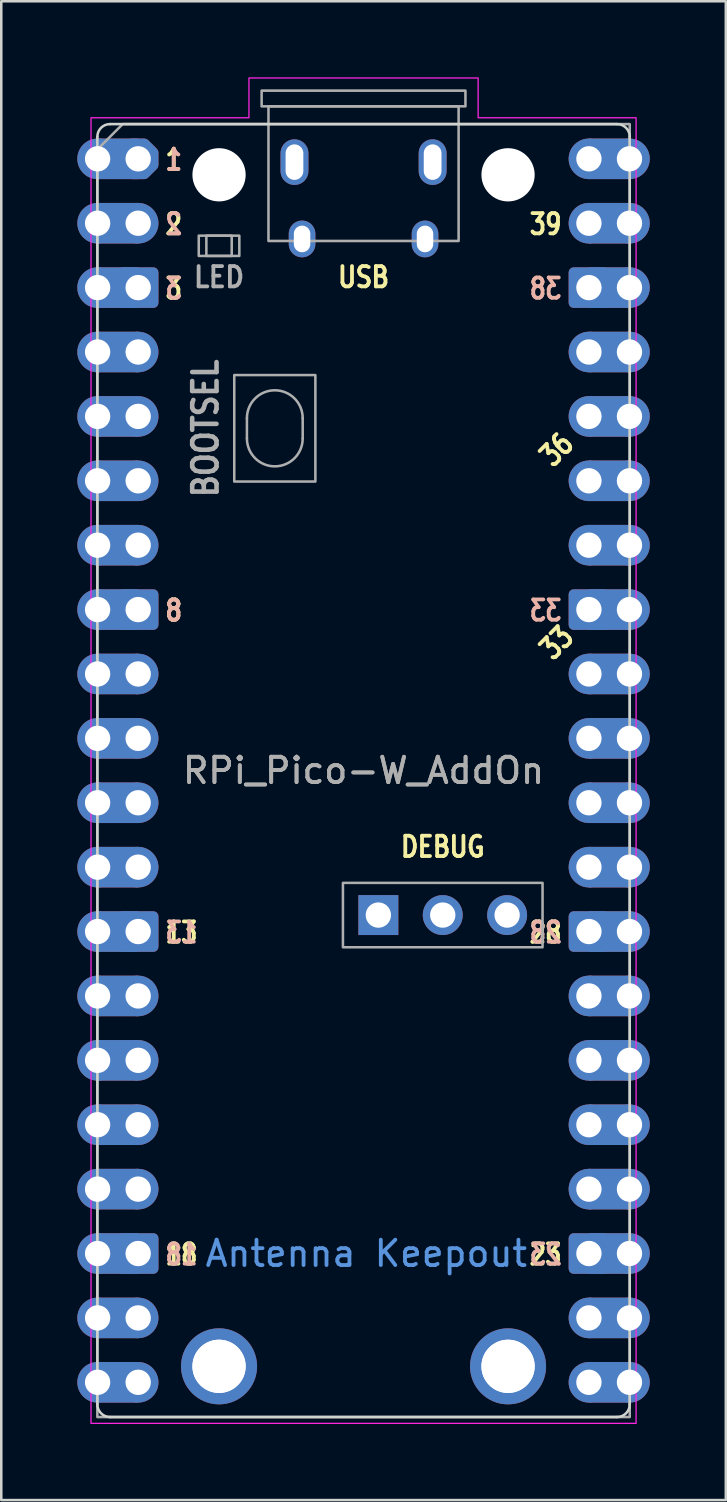
<source format=kicad_pcb>
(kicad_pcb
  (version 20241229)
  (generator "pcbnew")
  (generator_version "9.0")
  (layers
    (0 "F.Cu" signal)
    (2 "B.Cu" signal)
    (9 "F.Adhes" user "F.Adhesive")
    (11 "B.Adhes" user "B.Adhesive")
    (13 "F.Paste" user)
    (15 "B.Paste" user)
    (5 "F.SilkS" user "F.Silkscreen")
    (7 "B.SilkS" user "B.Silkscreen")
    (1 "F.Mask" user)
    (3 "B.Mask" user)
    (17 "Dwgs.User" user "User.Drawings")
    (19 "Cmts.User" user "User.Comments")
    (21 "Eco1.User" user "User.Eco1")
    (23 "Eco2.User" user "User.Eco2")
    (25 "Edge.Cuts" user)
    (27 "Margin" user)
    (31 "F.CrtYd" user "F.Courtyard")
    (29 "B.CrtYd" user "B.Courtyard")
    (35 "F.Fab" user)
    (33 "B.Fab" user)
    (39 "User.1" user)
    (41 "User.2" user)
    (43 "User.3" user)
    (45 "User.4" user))
  (footprint "RPi_Pico-W_AddOn"
    (layer "F.Cu")
    (at 2.4 3.215)
    (property "Reference" "RPi_Pico-W_AddOn" (at 8.89 24.13 0) (layer "F.Fab") (effects (font (size 1 1) (thickness 0.15))))
    (attr through_hole)
    (fp_line (start -1.61 -0.87) (end -1.61 49.13) (stroke (width 0.1) (type solid)) (layer "Edge.Cuts"))
    (fp_line (start -1.11 49.63) (end 18.89 49.63) (stroke (width 0.1) (type solid)) (layer "Edge.Cuts"))
    (fp_line (start 18.89 -1.37) (end -1.11 -1.37) (stroke (width 0.1) (type solid)) (layer "Edge.Cuts"))
    (fp_line (start 19.39 49.13) (end 19.39 -0.87) (stroke (width 0.1) (type solid)) (layer "Edge.Cuts"))
    (fp_arc (start -1.61 -0.87) (mid -1.463553 -1.223553) (end -1.11 -1.37) (stroke (width 0.1) (type solid)) (layer "Edge.Cuts"))
    (fp_arc (start -1.11 49.63) (mid -1.463553 49.483554) (end -1.61 49.13) (stroke (width 0.1) (type solid)) (layer "Edge.Cuts"))
    (fp_arc (start 18.89 -1.37) (mid 19.243553 -1.223553) (end 19.39 -0.87) (stroke (width 0.1) (type solid)) (layer "Edge.Cuts"))
    (fp_arc (start 19.39 49.13) (mid 19.243553 49.483553) (end 18.89 49.63) (stroke (width 0.1) (type solid)) (layer "Edge.Cuts"))
    (fp_poly (pts (xy 13.41 -1.62) (xy 19.64 -1.62) (xy 19.64 49.88) (xy -1.86 49.88) (xy -1.86 -1.62) (xy 4.37 -1.62) (xy 4.37 -3.19) (xy 13.41 -3.19)) (stroke (width 0.05) (type solid)) (fill no) (layer "F.CrtYd"))
    (fp_line (start 4.29 10.23) (end 4.29 11.03) (stroke (width 0.1) (type solid)) (layer "F.Fab"))
    (fp_line (start 6.49 10.23) (end 6.49 11.03) (stroke (width 0.1) (type solid)) (layer "F.Fab"))
    (fp_rect (start 2.39 3.03) (end 3.99 3.83) (stroke (width 0.1) (type solid)) (fill no) (layer "F.Fab"))
    (fp_rect (start 2.69 3.03) (end 3.69 3.83) (stroke (width 0.1) (type solid)) (fill no) (layer "F.Fab"))
    (fp_rect (start 3.79 8.53) (end 6.99 12.73) (stroke (width 0.1) (type solid)) (fill no) (layer "F.Fab"))
    (fp_rect (start 4.87 -2.69) (end 12.91 -2.07) (stroke (width 0.1) (type solid)) (fill no) (layer "F.Fab"))
    (fp_rect (start 5.14 -2.07) (end 12.64 3.24) (stroke (width 0.1) (type solid)) (fill no) (layer "F.Fab"))
    (fp_rect (start 8.077 28.56) (end 15.951 31.1) (stroke (width 0.1) (type solid)) (fill no) (layer "F.Fab"))
    (fp_arc (start 4.29 10.23) (mid 5.39 9.13) (end 6.49 10.23) (stroke (width 0.1) (type solid)) (layer "F.Fab"))
    (fp_arc (start 6.49 11.03) (mid 5.39 12.13) (end 4.29 11.03) (stroke (width 0.1) (type solid)) (layer "F.Fab"))
    (fp_poly (pts (xy 19.39 49.63) (xy -1.61 49.63) (xy -1.61 -0.37) (xy -0.61 -1.37) (xy 19.39 -1.37)) (stroke (width 0.1) (type solid)) (fill no) (layer "F.Fab"))
    (fp_text user "2" (at 1 2.578 0) (unlocked yes) (layer "F.SilkS") (effects (font (size 0.8 0.64) (thickness 0.15)) (justify left)))
    (fp_text user "DEBUG" (at 12.014 27.138 0) (unlocked yes) (layer "F.SilkS") (effects (font (size 0.8 0.66) (thickness 0.15))))
    (fp_text user "39" (at 16.78 2.578 0) (unlocked yes) (layer "F.SilkS") (effects (font (size 0.8 0.64) (thickness 0.15)) (justify right)))
    (fp_text user "23" (at 16.78 43.218 0) (unlocked yes) (layer "F.SilkS") (effects (font (size 0.8 0.64) (thickness 0.15)) (justify right)))
    (fp_text user "13" (at 1 30.518 0) (unlocked yes) (layer "F.SilkS") (effects (font (size 0.8 0.64) (thickness 0.15)) (justify left)))
    (fp_text user "28" (at 16.78 30.518 0) (unlocked yes) (layer "F.SilkS") (effects (font (size 0.8 0.64) (thickness 0.15)) (justify right)))
    (fp_text user "33" (at 16.51 19.088 45) (unlocked yes) (layer "F.SilkS") (effects (font (size 0.8 0.64) (thickness 0.15))))
    (fp_text user "36" (at 16.51 11.468 45) (unlocked yes) (layer "F.SilkS") (effects (font (size 0.8 0.64) (thickness 0.15))))
    (fp_text user "8" (at 1 17.818 0) (unlocked yes) (layer "F.SilkS") (effects (font (size 0.8 0.64) (thickness 0.15)) (justify left)))
    (fp_text user "18" (at 1 43.218 0) (unlocked yes) (layer "F.SilkS") (effects (font (size 0.8 0.64) (thickness 0.15)) (justify left)))
    (fp_text user "1" (at 1 0.038 0) (unlocked yes) (layer "F.SilkS") (effects (font (size 0.8 0.64) (thickness 0.15)) (justify left)))
    (fp_text user "3" (at 1 5.118 0) (unlocked yes) (layer "F.SilkS") (effects (font (size 0.8 0.64) (thickness 0.15)) (justify left)))
    (fp_text user "USB" (at 8.89 4.668 0) (unlocked yes) (layer "F.SilkS") (effects (font (size 0.8 0.66) (thickness 0.15))))
    (fp_text user "3" (at 1 5.118 0) (unlocked yes) (layer "B.SilkS") (effects (font (size 0.8 0.64) (thickness 0.15)) (justify right mirror)))
    (fp_text user "18" (at 1 43.218 0) (unlocked yes) (layer "B.SilkS") (effects (font (size 0.8 0.64) (thickness 0.15)) (justify right mirror)))
    (fp_text user "33" (at 16.78 17.818 0) (unlocked yes) (layer "B.SilkS") (effects (font (size 0.8 0.64) (thickness 0.15)) (justify left mirror)))
    (fp_text user "8" (at 1 17.818 0) (unlocked yes) (layer "B.SilkS") (effects (font (size 0.8 0.64) (thickness 0.15)) (justify right mirror)))
    (fp_text user "38" (at 16.78 5.118 0) (unlocked yes) (layer "B.SilkS") (effects (font (size 0.8 0.64) (thickness 0.15)) (justify left mirror)))
    (fp_text user "23" (at 16.78 43.218 0) (unlocked yes) (layer "B.SilkS") (effects (font (size 0.8 0.64) (thickness 0.15)) (justify left mirror)))
    (fp_text user "2" (at 1 2.578 0) (unlocked yes) (layer "B.SilkS") (effects (font (size 0.8 0.64) (thickness 0.15)) (justify right mirror)))
    (fp_text user "28" (at 16.78 30.518 0) (unlocked yes) (layer "B.SilkS") (effects (font (size 0.8 0.64) (thickness 0.15)) (justify left mirror)))
    (fp_text user "13" (at 1 30.518 0) (unlocked yes) (layer "B.SilkS") (effects (font (size 0.8 0.64) (thickness 0.15)) (justify right mirror)))
    (fp_text user "1" (at 1 0.038 0) (unlocked yes) (layer "B.SilkS") (effects (font (size 0.8 0.64) (thickness 0.15)) (justify right mirror)))
    (fp_text user "Antenna Keepout" (at 9 43.18 0) (unlocked yes) (layer "Cmts.User") (effects (font (size 1 1) (thickness 0.15))))
    (fp_text user "BOOTSEL" (at 2.656 10.63 90) (unlocked yes) (layer "F.Fab") (effects (font (size 0.96 0.825) (thickness 0.18))))
    (fp_text user "LED" (at 3.19 4.668 0) (unlocked yes) (layer "F.Fab") (effects (font (size 0.8 0.72) (thickness 0.15))))
    (fp_text user "${REFERENCE}" (at 8.89 24.13 0) (unlocked yes) (layer "F.Fab") (effects (font (size 1 1) (thickness 0.15))))
    (pad "" np_thru_hole circle (at 3.19 0.63) (size 2.1 2.1) (drill 2.1) (layers "*.Cu" "*.Mask"))
    (pad "" np_thru_hole circle (at 3.19 47.63) (size 2.1 2.1) (drill 2.1) (layers "*.Cu" "*.Mask"))
    (pad "" np_thru_hole circle (at 14.59 0.63) (size 2.1 2.1) (drill 2.1) (layers "*.Cu" "*.Mask"))
    (pad "" np_thru_hole circle (at 14.59 47.63) (size 2.1 2.1) (drill 2.1) (layers "*.Cu" "*.Mask"))
    (pad "1" thru_hole circle (at -1.6 0) (size 1.6 1.6) (drill 1) (property pad_prop_castellated) (layers "*.Cu" "*.Mask"))
    (pad "1" smd rect (at -0.8 0) (size 1.6 1.6) (layers "F.Cu" "F.Mask"))
    (pad "1" smd rect (at -0.8 0) (size 1.6 1.6) (layers "B.Cu" "B.Mask"))
    (pad "1" thru_hole custom (at 0 0) (size 1.6 1.6) (drill 1) (layers "*.Cu" "*.Mask") (options (anchor circle)) (primitives (gr_poly (pts (xy 0.6 0.249) (xy 0.249 0.6) (xy -0.249 0.6) (xy -0.6 0.249) (xy -0.6 -0.249) (xy -0.249 -0.6) (xy 0.249 -0.6) (xy 0.6 -0.249)) (width 0.4) (fill yes))))
    (pad "2" thru_hole circle (at -1.6 2.54) (size 1.6 1.6) (drill 1) (property pad_prop_castellated) (layers "*.Cu" "*.Mask"))
    (pad "2" smd rect (at -0.8 2.54) (size 1.6 1.6) (layers "F.Cu" "F.Mask"))
    (pad "2" smd rect (at -0.8 2.54) (size 1.6 1.6) (layers "B.Cu" "B.Mask"))
    (pad "2" thru_hole circle (at 0 2.54) (size 1.6 1.6) (drill 1) (layers "*.Cu" "*.Mask"))
    (pad "3" thru_hole circle (at -1.6 5.08) (size 1.6 1.6) (drill 1) (property pad_prop_castellated) (layers "*.Cu" "*.Mask"))
    (pad "3" smd rect (at -0.8 5.08) (size 1.6 1.6) (layers "F.Cu" "F.Mask"))
    (pad "3" smd rect (at -0.8 5.08) (size 1.6 1.6) (layers "B.Cu" "B.Mask"))
    (pad "3" thru_hole roundrect (at 0 5.08) (size 1.6 1.6) (drill 1) (layers "*.Cu" "*.Mask") (roundrect_rratio 0.125))
    (pad "4" thru_hole circle (at -1.6 7.62) (size 1.6 1.6) (drill 1) (property pad_prop_castellated) (layers "*.Cu" "*.Mask"))
    (pad "4" smd rect (at -0.8 7.62) (size 1.6 1.6) (layers "F.Cu" "F.Mask"))
    (pad "4" smd rect (at -0.8 7.62) (size 1.6 1.6) (layers "B.Cu" "B.Mask"))
    (pad "4" thru_hole circle (at 0 7.62) (size 1.6 1.6) (drill 1) (layers "*.Cu" "*.Mask"))
    (pad "5" thru_hole circle (at -1.6 10.16) (size 1.6 1.6) (drill 1) (property pad_prop_castellated) (layers "*.Cu" "*.Mask"))
    (pad "5" smd rect (at -0.8 10.16) (size 1.6 1.6) (layers "F.Cu" "F.Mask"))
    (pad "5" smd rect (at -0.8 10.16) (size 1.6 1.6) (layers "B.Cu" "B.Mask"))
    (pad "5" thru_hole circle (at 0 10.16) (size 1.6 1.6) (drill 1) (layers "*.Cu" "*.Mask"))
    (pad "6" thru_hole circle (at -1.6 12.7) (size 1.6 1.6) (drill 1) (property pad_prop_castellated) (layers "*.Cu" "*.Mask"))
    (pad "6" smd rect (at -0.8 12.7) (size 1.6 1.6) (layers "F.Cu" "F.Mask"))
    (pad "6" smd rect (at -0.8 12.7) (size 1.6 1.6) (layers "B.Cu" "B.Mask"))
    (pad "6" thru_hole circle (at 0 12.7) (size 1.6 1.6) (drill 1) (layers "*.Cu" "*.Mask"))
    (pad "7" thru_hole circle (at -1.6 15.24) (size 1.6 1.6) (drill 1) (property pad_prop_castellated) (layers "*.Cu" "*.Mask"))
    (pad "7" smd rect (at -0.8 15.24) (size 1.6 1.6) (layers "F.Cu" "F.Mask"))
    (pad "7" smd rect (at -0.8 15.24) (size 1.6 1.6) (layers "B.Cu" "B.Mask"))
    (pad "7" thru_hole circle (at 0 15.24) (size 1.6 1.6) (drill 1) (layers "*.Cu" "*.Mask"))
    (pad "8" thru_hole circle (at -1.6 17.78) (size 1.6 1.6) (drill 1) (property pad_prop_castellated) (layers "*.Cu" "*.Mask"))
    (pad "8" smd rect (at -0.8 17.78) (size 1.6 1.6) (layers "F.Cu" "F.Mask"))
    (pad "8" smd rect (at -0.8 17.78) (size 1.6 1.6) (layers "B.Cu" "B.Mask"))
    (pad "8" thru_hole roundrect (at 0 17.78) (size 1.6 1.6) (drill 1) (layers "*.Cu" "*.Mask") (roundrect_rratio 0.125))
    (pad "9" thru_hole circle (at -1.6 20.32) (size 1.6 1.6) (drill 1) (property pad_prop_castellated) (layers "*.Cu" "*.Mask"))
    (pad "9" smd rect (at -0.8 20.32) (size 1.6 1.6) (layers "F.Cu" "F.Mask"))
    (pad "9" smd rect (at -0.8 20.32) (size 1.6 1.6) (layers "B.Cu" "B.Mask"))
    (pad "9" thru_hole circle (at 0 20.32) (size 1.6 1.6) (drill 1) (layers "*.Cu" "*.Mask"))
    (pad "10" thru_hole circle (at -1.6 22.86) (size 1.6 1.6) (drill 1) (property pad_prop_castellated) (layers "*.Cu" "*.Mask"))
    (pad "10" smd rect (at -0.8 22.86) (size 1.6 1.6) (layers "F.Cu" "F.Mask"))
    (pad "10" smd rect (at -0.8 22.86) (size 1.6 1.6) (layers "B.Cu" "B.Mask"))
    (pad "10" thru_hole circle (at 0 22.86) (size 1.6 1.6) (drill 1) (layers "*.Cu" "*.Mask"))
    (pad "11" thru_hole circle (at -1.6 25.4) (size 1.6 1.6) (drill 1) (property pad_prop_castellated) (layers "*.Cu" "*.Mask"))
    (pad "11" smd rect (at -0.8 25.4) (size 1.6 1.6) (layers "F.Cu" "F.Mask"))
    (pad "11" smd rect (at -0.8 25.4) (size 1.6 1.6) (layers "B.Cu" "B.Mask"))
    (pad "11" thru_hole circle (at 0 25.4) (size 1.6 1.6) (drill 1) (layers "*.Cu" "*.Mask"))
    (pad "12" thru_hole circle (at -1.6 27.94) (size 1.6 1.6) (drill 1) (property pad_prop_castellated) (layers "*.Cu" "*.Mask"))
    (pad "12" smd rect (at -0.8 27.94) (size 1.6 1.6) (layers "F.Cu" "F.Mask"))
    (pad "12" smd rect (at -0.8 27.94) (size 1.6 1.6) (layers "B.Cu" "B.Mask"))
    (pad "12" thru_hole circle (at 0 27.94) (size 1.6 1.6) (drill 1) (layers "*.Cu" "*.Mask"))
    (pad "13" thru_hole circle (at -1.6 30.48) (size 1.6 1.6) (drill 1) (property pad_prop_castellated) (layers "*.Cu" "*.Mask"))
    (pad "13" smd rect (at -0.8 30.48) (size 1.6 1.6) (layers "F.Cu" "F.Mask"))
    (pad "13" smd rect (at -0.8 30.48) (size 1.6 1.6) (layers "B.Cu" "B.Mask"))
    (pad "13" thru_hole roundrect (at 0 30.48) (size 1.6 1.6) (drill 1) (layers "*.Cu" "*.Mask") (roundrect_rratio 0.125))
    (pad "14" thru_hole circle (at -1.6 33.02) (size 1.6 1.6) (drill 1) (property pad_prop_castellated) (layers "*.Cu" "*.Mask"))
    (pad "14" smd rect (at -0.8 33.02) (size 1.6 1.6) (layers "F.Cu" "F.Mask"))
    (pad "14" smd rect (at -0.8 33.02) (size 1.6 1.6) (layers "B.Cu" "B.Mask"))
    (pad "14" thru_hole circle (at 0 33.02) (size 1.6 1.6) (drill 1) (layers "*.Cu" "*.Mask"))
    (pad "15" thru_hole circle (at -1.6 35.56) (size 1.6 1.6) (drill 1) (property pad_prop_castellated) (layers "*.Cu" "*.Mask"))
    (pad "15" smd rect (at -0.8 35.56) (size 1.6 1.6) (layers "F.Cu" "F.Mask"))
    (pad "15" smd rect (at -0.8 35.56) (size 1.6 1.6) (layers "B.Cu" "B.Mask"))
    (pad "15" thru_hole circle (at 0 35.56) (size 1.6 1.6) (drill 1) (layers "*.Cu" "*.Mask"))
    (pad "16" thru_hole circle (at -1.6 38.1) (size 1.6 1.6) (drill 1) (property pad_prop_castellated) (layers "*.Cu" "*.Mask"))
    (pad "16" smd rect (at -0.8 38.1) (size 1.6 1.6) (layers "F.Cu" "F.Mask"))
    (pad "16" smd rect (at -0.8 38.1) (size 1.6 1.6) (layers "B.Cu" "B.Mask"))
    (pad "16" thru_hole circle (at 0 38.1) (size 1.6 1.6) (drill 1) (layers "*.Cu" "*.Mask"))
    (pad "17" thru_hole circle (at -1.6 40.64) (size 1.6 1.6) (drill 1) (property pad_prop_castellated) (layers "*.Cu" "*.Mask"))
    (pad "17" smd rect (at -0.8 40.64) (size 1.6 1.6) (layers "F.Cu" "F.Mask"))
    (pad "17" smd rect (at -0.8 40.64) (size 1.6 1.6) (layers "B.Cu" "B.Mask"))
    (pad "17" thru_hole circle (at 0 40.64) (size 1.6 1.6) (drill 1) (layers "*.Cu" "*.Mask"))
    (pad "18" thru_hole circle (at -1.6 43.18) (size 1.6 1.6) (drill 1) (property pad_prop_castellated) (layers "*.Cu" "*.Mask"))
    (pad "18" smd rect (at -0.8 43.18) (size 1.6 1.6) (layers "F.Cu" "F.Mask"))
    (pad "18" smd rect (at -0.8 43.18) (size 1.6 1.6) (layers "B.Cu" "B.Mask"))
    (pad "18" thru_hole roundrect (at 0 43.18) (size 1.6 1.6) (drill 1) (layers "*.Cu" "*.Mask") (roundrect_rratio 0.125))
    (pad "19" thru_hole circle (at -1.6 45.72) (size 1.6 1.6) (drill 1) (property pad_prop_castellated) (layers "*.Cu" "*.Mask"))
    (pad "19" smd rect (at -0.8 45.72) (size 1.6 1.6) (layers "F.Cu" "F.Mask"))
    (pad "19" smd rect (at -0.8 45.72) (size 1.6 1.6) (layers "B.Cu" "B.Mask"))
    (pad "19" thru_hole circle (at 0 45.72) (size 1.6 1.6) (drill 1) (layers "*.Cu" "*.Mask"))
    (pad "20" thru_hole circle (at -1.6 48.26) (size 1.6 1.6) (drill 1) (property pad_prop_castellated) (layers "*.Cu" "*.Mask"))
    (pad "20" smd rect (at -0.8 48.26) (size 1.6 1.6) (layers "F.Cu" "F.Mask"))
    (pad "20" smd rect (at -0.8 48.26) (size 1.6 1.6) (layers "B.Cu" "B.Mask"))
    (pad "20" thru_hole circle (at 0 48.26) (size 1.6 1.6) (drill 1) (layers "*.Cu" "*.Mask"))
    (pad "21" thru_hole circle (at 17.78 48.26) (size 1.6 1.6) (drill 1) (layers "*.Cu" "*.Mask"))
    (pad "21" smd rect (at 18.58 48.26) (size 1.6 1.6) (layers "F.Cu" "F.Mask"))
    (pad "21" smd rect (at 18.58 48.26) (size 1.6 1.6) (layers "B.Cu" "B.Mask"))
    (pad "21" thru_hole circle (at 19.38 48.26) (size 1.6 1.6) (drill 1) (property pad_prop_castellated) (layers "*.Cu" "*.Mask"))
    (pad "22" thru_hole circle (at 17.78 45.72) (size 1.6 1.6) (drill 1) (layers "*.Cu" "*.Mask"))
    (pad "22" smd rect (at 18.58 45.72) (size 1.6 1.6) (layers "F.Cu" "F.Mask"))
    (pad "22" smd rect (at 18.58 45.72) (size 1.6 1.6) (layers "B.Cu" "B.Mask"))
    (pad "22" thru_hole circle (at 19.38 45.72) (size 1.6 1.6) (drill 1) (property pad_prop_castellated) (layers "*.Cu" "*.Mask"))
    (pad "23" thru_hole roundrect (at 17.78 43.18) (size 1.6 1.6) (drill 1) (layers "*.Cu" "*.Mask") (roundrect_rratio 0.125))
    (pad "23" smd rect (at 18.58 43.18) (size 1.6 1.6) (layers "F.Cu" "F.Mask"))
    (pad "23" smd rect (at 18.58 43.18) (size 1.6 1.6) (layers "B.Cu" "B.Mask"))
    (pad "23" thru_hole circle (at 19.38 43.18) (size 1.6 1.6) (drill 1) (property pad_prop_castellated) (layers "*.Cu" "*.Mask"))
    (pad "24" thru_hole circle (at 17.78 40.64) (size 1.6 1.6) (drill 1) (layers "*.Cu" "*.Mask"))
    (pad "24" smd rect (at 18.58 40.64) (size 1.6 1.6) (layers "F.Cu" "F.Mask"))
    (pad "24" smd rect (at 18.58 40.64) (size 1.6 1.6) (layers "B.Cu" "B.Mask"))
    (pad "24" thru_hole circle (at 19.38 40.64) (size 1.6 1.6) (drill 1) (property pad_prop_castellated) (layers "*.Cu" "*.Mask"))
    (pad "25" thru_hole circle (at 17.78 38.1) (size 1.6 1.6) (drill 1) (layers "*.Cu" "*.Mask"))
    (pad "25" smd rect (at 18.58 38.1) (size 1.6 1.6) (layers "F.Cu" "F.Mask"))
    (pad "25" smd rect (at 18.58 38.1) (size 1.6 1.6) (layers "B.Cu" "B.Mask"))
    (pad "25" thru_hole circle (at 19.38 38.1) (size 1.6 1.6) (drill 1) (property pad_prop_castellated) (layers "*.Cu" "*.Mask"))
    (pad "26" thru_hole circle (at 17.78 35.56) (size 1.6 1.6) (drill 1) (layers "*.Cu" "*.Mask"))
    (pad "26" smd rect (at 18.58 35.56) (size 1.6 1.6) (layers "F.Cu" "F.Mask"))
    (pad "26" smd rect (at 18.58 35.56) (size 1.6 1.6) (layers "B.Cu" "B.Mask"))
    (pad "26" thru_hole circle (at 19.38 35.56) (size 1.6 1.6) (drill 1) (property pad_prop_castellated) (layers "*.Cu" "*.Mask"))
    (pad "27" thru_hole circle (at 17.78 33.02) (size 1.6 1.6) (drill 1) (layers "*.Cu" "*.Mask"))
    (pad "27" smd rect (at 18.58 33.02) (size 1.6 1.6) (layers "F.Cu" "F.Mask"))
    (pad "27" smd rect (at 18.58 33.02) (size 1.6 1.6) (layers "B.Cu" "B.Mask"))
    (pad "27" thru_hole circle (at 19.38 33.02) (size 1.6 1.6) (drill 1) (property pad_prop_castellated) (layers "*.Cu" "*.Mask"))
    (pad "28" thru_hole roundrect (at 17.78 30.48) (size 1.6 1.6) (drill 1) (layers "*.Cu" "*.Mask") (roundrect_rratio 0.125))
    (pad "28" smd rect (at 18.58 30.48) (size 1.6 1.6) (layers "F.Cu" "F.Mask"))
    (pad "28" smd rect (at 18.58 30.48) (size 1.6 1.6) (layers "B.Cu" "B.Mask"))
    (pad "28" thru_hole circle (at 19.38 30.48) (size 1.6 1.6) (drill 1) (property pad_prop_castellated) (layers "*.Cu" "*.Mask"))
    (pad "29" thru_hole circle (at 17.78 27.94) (size 1.6 1.6) (drill 1) (layers "*.Cu" "*.Mask"))
    (pad "29" smd rect (at 18.58 27.94) (size 1.6 1.6) (layers "F.Cu" "F.Mask"))
    (pad "29" smd rect (at 18.58 27.94) (size 1.6 1.6) (layers "B.Cu" "B.Mask"))
    (pad "29" thru_hole circle (at 19.38 27.94) (size 1.6 1.6) (drill 1) (property pad_prop_castellated) (layers "*.Cu" "*.Mask"))
    (pad "30" thru_hole circle (at 17.78 25.4) (size 1.6 1.6) (drill 1) (layers "*.Cu" "*.Mask"))
    (pad "30" smd rect (at 18.58 25.4) (size 1.6 1.6) (layers "F.Cu" "F.Mask"))
    (pad "30" smd rect (at 18.58 25.4) (size 1.6 1.6) (layers "B.Cu" "B.Mask"))
    (pad "30" thru_hole circle (at 19.38 25.4) (size 1.6 1.6) (drill 1) (property pad_prop_castellated) (layers "*.Cu" "*.Mask"))
    (pad "31" thru_hole circle (at 17.78 22.86) (size 1.6 1.6) (drill 1) (layers "*.Cu" "*.Mask"))
    (pad "31" smd rect (at 18.58 22.86) (size 1.6 1.6) (layers "F.Cu" "F.Mask"))
    (pad "31" smd rect (at 18.58 22.86) (size 1.6 1.6) (layers "B.Cu" "B.Mask"))
    (pad "31" thru_hole circle (at 19.38 22.86) (size 1.6 1.6) (drill 1) (property pad_prop_castellated) (layers "*.Cu" "*.Mask"))
    (pad "32" thru_hole circle (at 17.78 20.32) (size 1.6 1.6) (drill 1) (layers "*.Cu" "*.Mask"))
    (pad "32" smd rect (at 18.58 20.32) (size 1.6 1.6) (layers "F.Cu" "F.Mask"))
    (pad "32" smd rect (at 18.58 20.32) (size 1.6 1.6) (layers "B.Cu" "B.Mask"))
    (pad "32" thru_hole circle (at 19.38 20.32) (size 1.6 1.6) (drill 1) (property pad_prop_castellated) (layers "*.Cu" "*.Mask"))
    (pad "33" thru_hole roundrect (at 17.78 17.78) (size 1.6 1.6) (drill 1) (layers "*.Cu" "*.Mask") (roundrect_rratio 0.125))
    (pad "33" smd rect (at 18.58 17.78) (size 1.6 1.6) (layers "F.Cu" "F.Mask"))
    (pad "33" smd rect (at 18.58 17.78) (size 1.6 1.6) (layers "B.Cu" "B.Mask"))
    (pad "33" thru_hole circle (at 19.38 17.78) (size 1.6 1.6) (drill 1) (property pad_prop_castellated) (layers "*.Cu" "*.Mask"))
    (pad "34" thru_hole circle (at 17.78 15.24) (size 1.6 1.6) (drill 1) (layers "*.Cu" "*.Mask"))
    (pad "34" smd rect (at 18.58 15.24) (size 1.6 1.6) (layers "F.Cu" "F.Mask"))
    (pad "34" smd rect (at 18.58 15.24) (size 1.6 1.6) (layers "B.Cu" "B.Mask"))
    (pad "34" thru_hole circle (at 19.38 15.24) (size 1.6 1.6) (drill 1) (property pad_prop_castellated) (layers "*.Cu" "*.Mask"))
    (pad "35" thru_hole circle (at 17.78 12.7) (size 1.6 1.6) (drill 1) (layers "*.Cu" "*.Mask"))
    (pad "35" smd rect (at 18.58 12.7) (size 1.6 1.6) (layers "F.Cu" "F.Mask"))
    (pad "35" smd rect (at 18.58 12.7) (size 1.6 1.6) (layers "B.Cu" "B.Mask"))
    (pad "35" thru_hole circle (at 19.38 12.7) (size 1.6 1.6) (drill 1) (property pad_prop_castellated) (layers "*.Cu" "*.Mask"))
    (pad "36" thru_hole circle (at 17.78 10.16) (size 1.6 1.6) (drill 1) (layers "*.Cu" "*.Mask"))
    (pad "36" smd rect (at 18.58 10.16) (size 1.6 1.6) (layers "F.Cu" "F.Mask"))
    (pad "36" smd rect (at 18.58 10.16) (size 1.6 1.6) (layers "B.Cu" "B.Mask"))
    (pad "36" thru_hole circle (at 19.38 10.16) (size 1.6 1.6) (drill 1) (property pad_prop_castellated) (layers "*.Cu" "*.Mask"))
    (pad "37" thru_hole circle (at 17.78 7.62) (size 1.6 1.6) (drill 1) (layers "*.Cu" "*.Mask"))
    (pad "37" smd rect (at 18.58 7.62) (size 1.6 1.6) (layers "F.Cu" "F.Mask"))
    (pad "37" smd rect (at 18.58 7.62) (size 1.6 1.6) (layers "B.Cu" "B.Mask"))
    (pad "37" thru_hole circle (at 19.38 7.62) (size 1.6 1.6) (drill 1) (property pad_prop_castellated) (layers "*.Cu" "*.Mask"))
    (pad "38" thru_hole roundrect (at 17.78 5.08) (size 1.6 1.6) (drill 1) (layers "*.Cu" "*.Mask") (roundrect_rratio 0.125))
    (pad "38" smd rect (at 18.58 5.08) (size 1.6 1.6) (layers "F.Cu" "F.Mask"))
    (pad "38" smd rect (at 18.58 5.08) (size 1.6 1.6) (layers "B.Cu" "B.Mask"))
    (pad "38" thru_hole circle (at 19.38 5.08) (size 1.6 1.6) (drill 1) (property pad_prop_castellated) (layers "*.Cu" "*.Mask"))
    (pad "39" thru_hole circle (at 17.78 2.54) (size 1.6 1.6) (drill 1) (layers "*.Cu" "*.Mask"))
    (pad "39" smd rect (at 18.58 2.54) (size 1.6 1.6) (layers "F.Cu" "F.Mask"))
    (pad "39" smd rect (at 18.58 2.54) (size 1.6 1.6) (layers "B.Cu" "B.Mask"))
    (pad "39" thru_hole circle (at 19.38 2.54) (size 1.6 1.6) (drill 1) (property pad_prop_castellated) (layers "*.Cu" "*.Mask"))
    (pad "40" thru_hole circle (at 17.78 0) (size 1.6 1.6) (drill 1) (layers "*.Cu" "*.Mask"))
    (pad "40" smd rect (at 18.58 0) (size 1.6 1.6) (layers "F.Cu" "F.Mask"))
    (pad "40" smd rect (at 18.58 0) (size 1.6 1.6) (layers "B.Cu" "B.Mask"))
    (pad "40" thru_hole circle (at 19.38 0) (size 1.6 1.6) (drill 1) (property pad_prop_castellated) (layers "*.Cu" "*.Mask"))
    (pad "41" thru_hole rect (at 9.474 29.83) (size 1.575 1.575) (drill 1) (layers "*.Cu" "*.Mask"))
    (pad "42" thru_hole circle (at 12.014 29.83) (size 1.575 1.575) (drill 1) (layers "*.Cu" "*.Mask"))
    (pad "43" thru_hole circle (at 14.554 29.83) (size 1.575 1.575) (drill 1) (layers "*.Cu" "*.Mask"))
    (pad "44" thru_hole circle (at 3.19 47.63) (size 3 3) (drill 2.1) (layers "*.Cu" "*.Mask"))
    (pad "44" thru_hole circle (at 14.59 47.63) (size 3 3) (drill 2.1) (layers "*.Cu" "*.Mask"))
    (pad "51" thru_hole oval (at 6.165 0.13) (size 1.1 1.8) (drill oval 0.7 1.4) (layers "*.Cu" "*.Mask"))
    (pad "51" thru_hole oval (at 6.465 3.16) (size 1.05 1.45) (drill oval 0.65 1.05) (layers "*.Cu" "*.Mask"))
    (pad "51" thru_hole oval (at 11.315 3.16) (size 1.05 1.45) (drill oval 0.65 1.05) (layers "*.Cu" "*.Mask"))
    (pad "51" thru_hole oval (at 11.615 0.13) (size 1.1 1.8) (drill oval 0.7 1.4) (layers "*.Cu" "*.Mask"))
    (zone (net_name "") (layers "F.Cu" "F.Mask" "B.Cu" "B.Mask" "F.SilkS" "B.SilkS" "F.Adhes" "B.Adhes" "F.Paste" "B.Paste") (name "Antenna Keepout") (hatch full 0.508) (connect_pads) (min_thickness 0.254) (filled_areas_thickness no) (keepout (tracks not_allowed) (vias not_allowed) (pads not_allowed) (copperpour not_allowed) (footprints not_allowed)) (placement (enabled no)) (fill) (polygon (pts (xy 18.29 52.845) (xy 4.29 52.845) (xy 4.29 44.445) (xy 18.29 44.445)))))
  (gr_rect
    (start -3 -3)
    (end 25.58 56.12)
    (stroke (width 0.1) (type default))
    (fill no)
    (layer "Edge.Cuts")))
</source>
